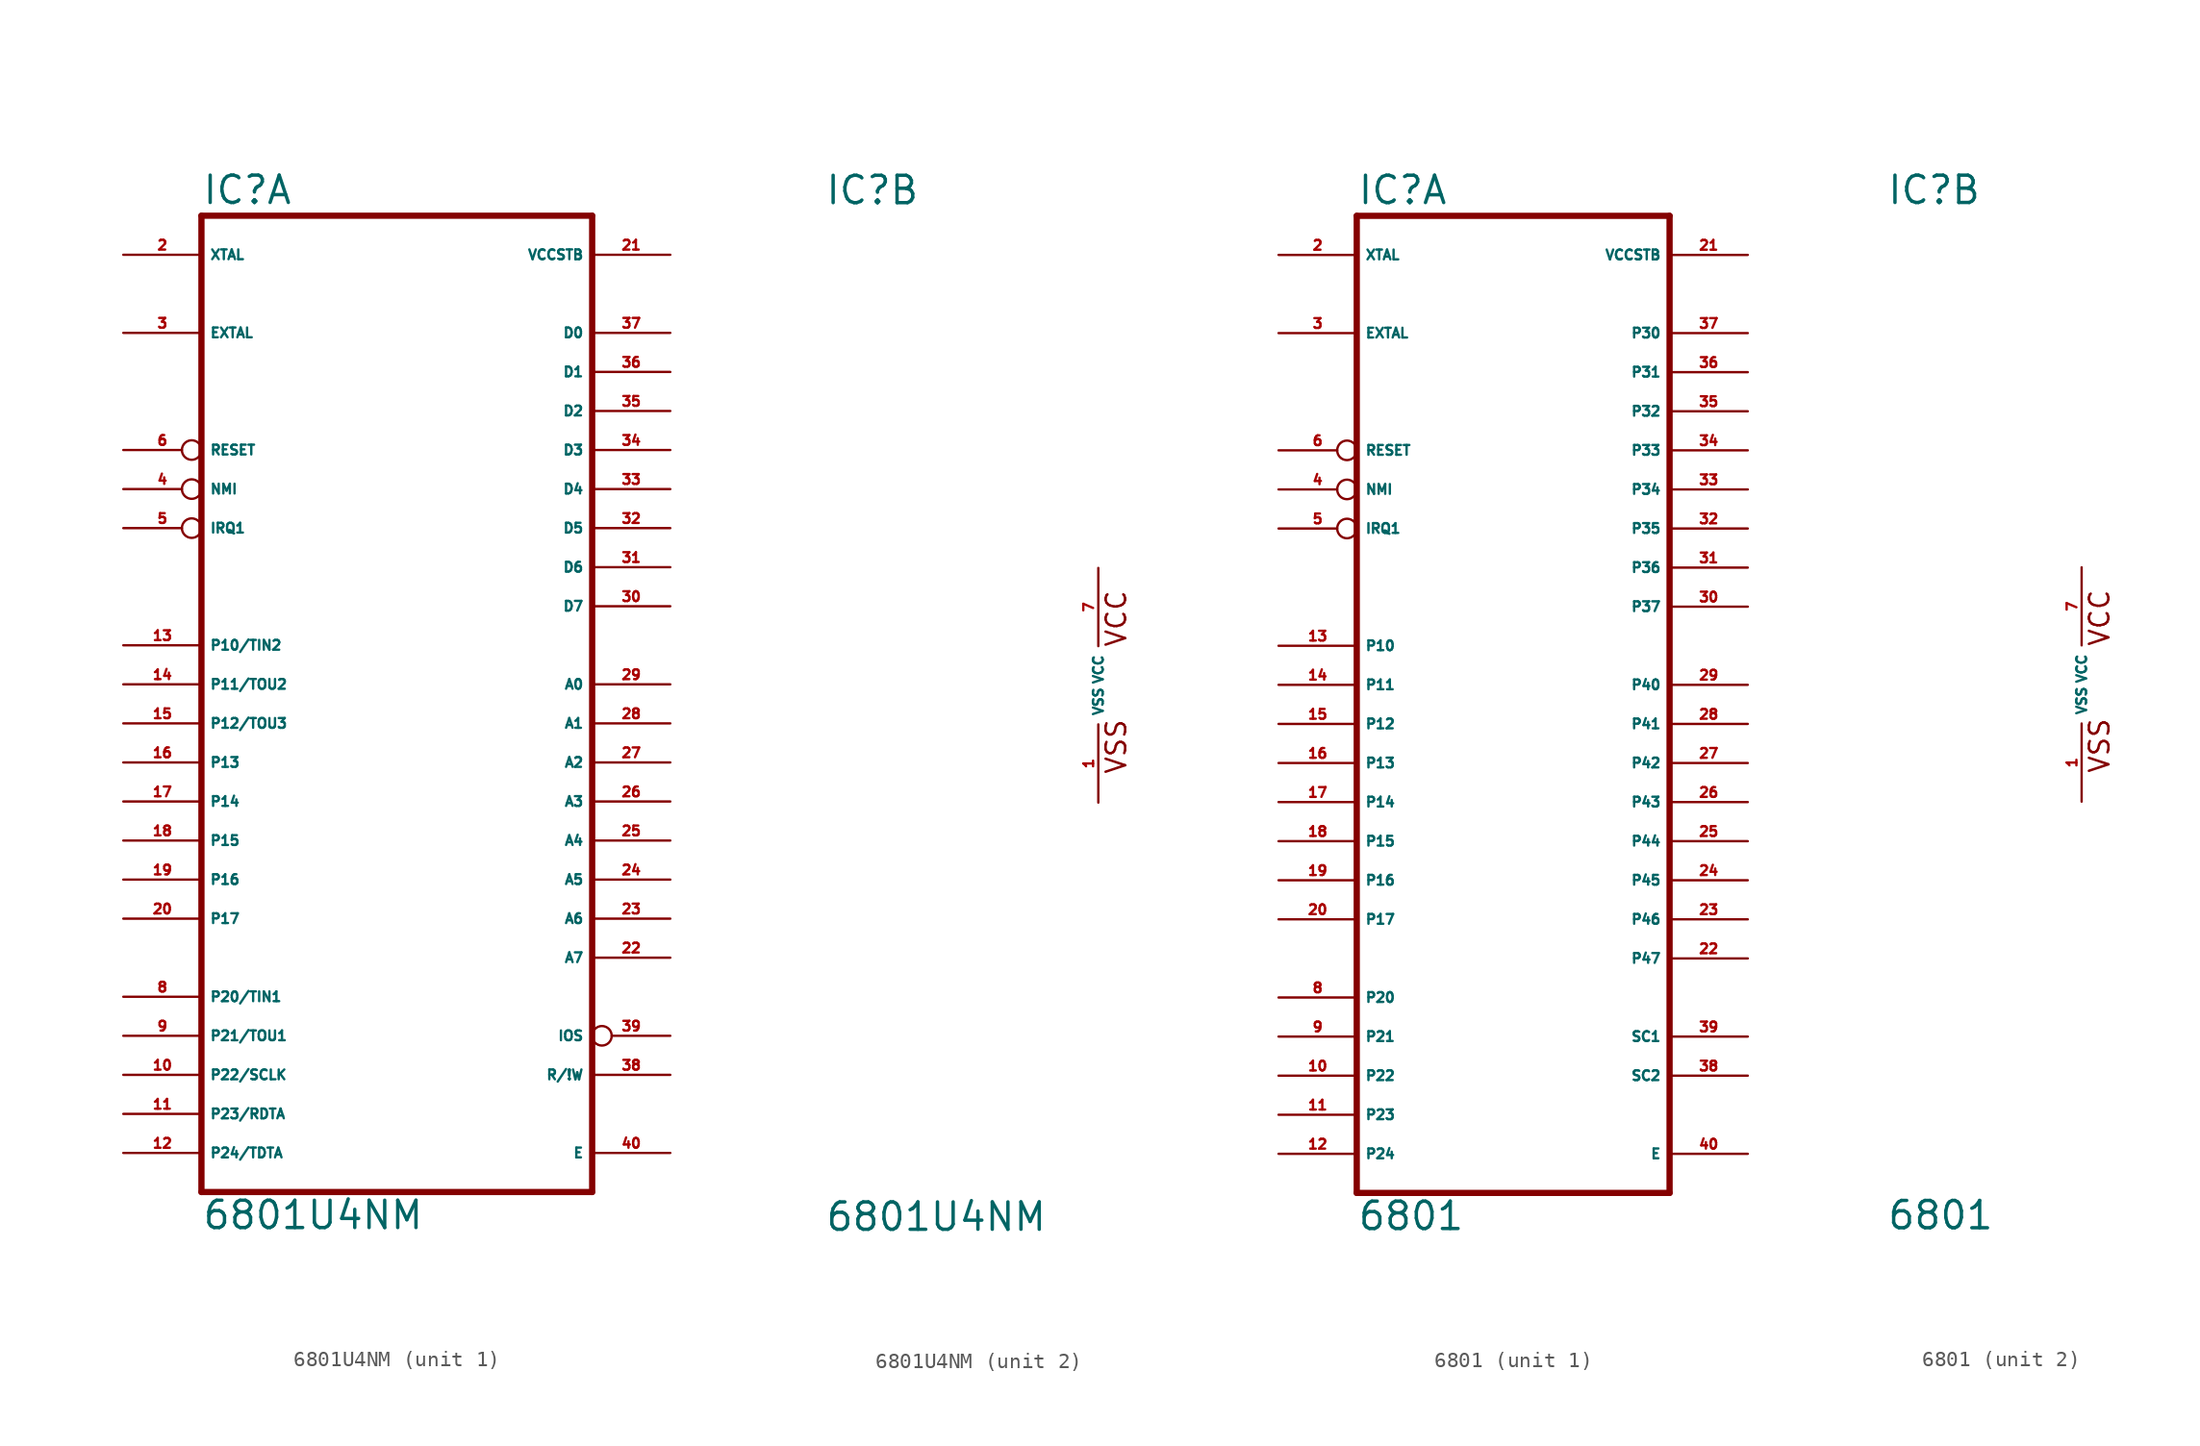
<source format=kicad_sym>
(kicad_symbol_lib
  (version 20220914)
  (generator Eagle2Kicad)
  (symbol "6801U4NM"
    (property "Reference" "IC"
      (at -17.78 31.115 0)
      (effects (font (size 1.778 1.778) (thickness 0.22)) (justify left bottom)))
    (property "Value" "6801U4NM"
      (at -17.78 -35.56 0)
      (effects (font (size 1.778 1.778) (thickness 0.22)) (justify left bottom)))
    (symbol "6801U4NM_1_0"
      (polyline (pts (xy -17.78 -33.02) (xy 7.62 -33.02)) (stroke (width 0.406) (type default)) (fill (type none)))
      (polyline (pts (xy 7.62 -33.02) (xy 7.62 30.48)) (stroke (width 0.406) (type default)) (fill (type none)))
      (polyline (pts (xy 7.62 30.48) (xy -17.78 30.48)) (stroke (width 0.406) (type default)) (fill (type none)))
      (polyline (pts (xy -17.78 30.48) (xy -17.78 -33.02)) (stroke (width 0.406) (type default)) (fill (type none)))
      (pin input line (at -22.86 27.94 0) (length 5.08) (name "XTAL" (effects (font (size 0.635 0.635) (thickness 0.08)) (justify left bottom))) (number "2" (effects (font (size 0.635 0.635) (thickness 0.08)) (justify left bottom))))
      (pin input line (at -22.86 22.86 0) (length 5.08) (name "EXTAL" (effects (font (size 0.635 0.635) (thickness 0.08)) (justify left bottom))) (number "3" (effects (font (size 0.635 0.635) (thickness 0.08)) (justify left bottom))))
      (pin input inverted (at -22.86 12.7 0) (length 5.08) (name "NMI" (effects (font (size 0.635 0.635) (thickness 0.08)) (justify left bottom))) (number "4" (effects (font (size 0.635 0.635) (thickness 0.08)) (justify left bottom))))
      (pin input inverted (at -22.86 10.16 0) (length 5.08) (name "IRQ1" (effects (font (size 0.635 0.635) (thickness 0.08)) (justify left bottom))) (number "5" (effects (font (size 0.635 0.635) (thickness 0.08)) (justify left bottom))))
      (pin input inverted (at -22.86 15.24 0) (length 5.08) (name "RESET" (effects (font (size 0.635 0.635) (thickness 0.08)) (justify left bottom))) (number "6" (effects (font (size 0.635 0.635) (thickness 0.08)) (justify left bottom))))
      (pin bidirectional line (at -22.86 -20.32 0) (length 5.08) (name "P20/TIN1" (effects (font (size 0.635 0.635) (thickness 0.08)) (justify left bottom))) (number "8" (effects (font (size 0.635 0.635) (thickness 0.08)) (justify left bottom))))
      (pin bidirectional line (at -22.86 -22.86 0) (length 5.08) (name "P21/TOU1" (effects (font (size 0.635 0.635) (thickness 0.08)) (justify left bottom))) (number "9" (effects (font (size 0.635 0.635) (thickness 0.08)) (justify left bottom))))
      (pin bidirectional line (at -22.86 -25.4 0) (length 5.08) (name "P22/SCLK" (effects (font (size 0.635 0.635) (thickness 0.08)) (justify left bottom))) (number "10" (effects (font (size 0.635 0.635) (thickness 0.08)) (justify left bottom))))
      (pin bidirectional line (at -22.86 -27.94 0) (length 5.08) (name "P23/RDTA" (effects (font (size 0.635 0.635) (thickness 0.08)) (justify left bottom))) (number "11" (effects (font (size 0.635 0.635) (thickness 0.08)) (justify left bottom))))
      (pin bidirectional line (at -22.86 -30.48 0) (length 5.08) (name "P24/TDTA" (effects (font (size 0.635 0.635) (thickness 0.08)) (justify left bottom))) (number "12" (effects (font (size 0.635 0.635) (thickness 0.08)) (justify left bottom))))
      (pin bidirectional line (at -22.86 2.54 0) (length 5.08) (name "P10/TIN2" (effects (font (size 0.635 0.635) (thickness 0.08)) (justify left bottom))) (number "13" (effects (font (size 0.635 0.635) (thickness 0.08)) (justify left bottom))))
      (pin bidirectional line (at -22.86 0 0) (length 5.08) (name "P11/TOU2" (effects (font (size 0.635 0.635) (thickness 0.08)) (justify left bottom))) (number "14" (effects (font (size 0.635 0.635) (thickness 0.08)) (justify left bottom))))
      (pin bidirectional line (at -22.86 -2.54 0) (length 5.08) (name "P12/TOU3" (effects (font (size 0.635 0.635) (thickness 0.08)) (justify left bottom))) (number "15" (effects (font (size 0.635 0.635) (thickness 0.08)) (justify left bottom))))
      (pin bidirectional line (at -22.86 -5.08 0) (length 5.08) (name "P13" (effects (font (size 0.635 0.635) (thickness 0.08)) (justify left bottom))) (number "16" (effects (font (size 0.635 0.635) (thickness 0.08)) (justify left bottom))))
      (pin bidirectional line (at -22.86 -7.62 0) (length 5.08) (name "P14" (effects (font (size 0.635 0.635) (thickness 0.08)) (justify left bottom))) (number "17" (effects (font (size 0.635 0.635) (thickness 0.08)) (justify left bottom))))
      (pin bidirectional line (at -22.86 -10.16 0) (length 5.08) (name "P15" (effects (font (size 0.635 0.635) (thickness 0.08)) (justify left bottom))) (number "18" (effects (font (size 0.635 0.635) (thickness 0.08)) (justify left bottom))))
      (pin bidirectional line (at -22.86 -12.7 0) (length 5.08) (name "P16" (effects (font (size 0.635 0.635) (thickness 0.08)) (justify left bottom))) (number "19" (effects (font (size 0.635 0.635) (thickness 0.08)) (justify left bottom))))
      (pin bidirectional line (at -22.86 -15.24 0) (length 5.08) (name "P17" (effects (font (size 0.635 0.635) (thickness 0.08)) (justify left bottom))) (number "20" (effects (font (size 0.635 0.635) (thickness 0.08)) (justify left bottom))))
      (pin input line (at 12.7 27.94 180) (length 5.08) (name "VCCSTB" (effects (font (size 0.635 0.635) (thickness 0.08)) (justify left bottom))) (number "21" (effects (font (size 0.635 0.635) (thickness 0.08)) (justify left bottom))))
      (pin bidirectional line (at 12.7 -17.78 180) (length 5.08) (name "A7" (effects (font (size 0.635 0.635) (thickness 0.08)) (justify left bottom))) (number "22" (effects (font (size 0.635 0.635) (thickness 0.08)) (justify left bottom))))
      (pin bidirectional line (at 12.7 -15.24 180) (length 5.08) (name "A6" (effects (font (size 0.635 0.635) (thickness 0.08)) (justify left bottom))) (number "23" (effects (font (size 0.635 0.635) (thickness 0.08)) (justify left bottom))))
      (pin bidirectional line (at 12.7 -12.7 180) (length 5.08) (name "A5" (effects (font (size 0.635 0.635) (thickness 0.08)) (justify left bottom))) (number "24" (effects (font (size 0.635 0.635) (thickness 0.08)) (justify left bottom))))
      (pin bidirectional line (at 12.7 -10.16 180) (length 5.08) (name "A4" (effects (font (size 0.635 0.635) (thickness 0.08)) (justify left bottom))) (number "25" (effects (font (size 0.635 0.635) (thickness 0.08)) (justify left bottom))))
      (pin bidirectional line (at 12.7 -7.62 180) (length 5.08) (name "A3" (effects (font (size 0.635 0.635) (thickness 0.08)) (justify left bottom))) (number "26" (effects (font (size 0.635 0.635) (thickness 0.08)) (justify left bottom))))
      (pin bidirectional line (at 12.7 -5.08 180) (length 5.08) (name "A2" (effects (font (size 0.635 0.635) (thickness 0.08)) (justify left bottom))) (number "27" (effects (font (size 0.635 0.635) (thickness 0.08)) (justify left bottom))))
      (pin bidirectional line (at 12.7 -2.54 180) (length 5.08) (name "A1" (effects (font (size 0.635 0.635) (thickness 0.08)) (justify left bottom))) (number "28" (effects (font (size 0.635 0.635) (thickness 0.08)) (justify left bottom))))
      (pin bidirectional line (at 12.7 0 180) (length 5.08) (name "A0" (effects (font (size 0.635 0.635) (thickness 0.08)) (justify left bottom))) (number "29" (effects (font (size 0.635 0.635) (thickness 0.08)) (justify left bottom))))
      (pin bidirectional line (at 12.7 5.08 180) (length 5.08) (name "D7" (effects (font (size 0.635 0.635) (thickness 0.08)) (justify left bottom))) (number "30" (effects (font (size 0.635 0.635) (thickness 0.08)) (justify left bottom))))
      (pin bidirectional line (at 12.7 7.62 180) (length 5.08) (name "D6" (effects (font (size 0.635 0.635) (thickness 0.08)) (justify left bottom))) (number "31" (effects (font (size 0.635 0.635) (thickness 0.08)) (justify left bottom))))
      (pin bidirectional line (at 12.7 10.16 180) (length 5.08) (name "D5" (effects (font (size 0.635 0.635) (thickness 0.08)) (justify left bottom))) (number "32" (effects (font (size 0.635 0.635) (thickness 0.08)) (justify left bottom))))
      (pin bidirectional line (at 12.7 12.7 180) (length 5.08) (name "D4" (effects (font (size 0.635 0.635) (thickness 0.08)) (justify left bottom))) (number "33" (effects (font (size 0.635 0.635) (thickness 0.08)) (justify left bottom))))
      (pin bidirectional line (at 12.7 15.24 180) (length 5.08) (name "D3" (effects (font (size 0.635 0.635) (thickness 0.08)) (justify left bottom))) (number "34" (effects (font (size 0.635 0.635) (thickness 0.08)) (justify left bottom))))
      (pin bidirectional line (at 12.7 17.78 180) (length 5.08) (name "D2" (effects (font (size 0.635 0.635) (thickness 0.08)) (justify left bottom))) (number "35" (effects (font (size 0.635 0.635) (thickness 0.08)) (justify left bottom))))
      (pin bidirectional line (at 12.7 20.32 180) (length 5.08) (name "D1" (effects (font (size 0.635 0.635) (thickness 0.08)) (justify left bottom))) (number "36" (effects (font (size 0.635 0.635) (thickness 0.08)) (justify left bottom))))
      (pin bidirectional line (at 12.7 22.86 180) (length 5.08) (name "D0" (effects (font (size 0.635 0.635) (thickness 0.08)) (justify left bottom))) (number "37" (effects (font (size 0.635 0.635) (thickness 0.08)) (justify left bottom))))
      (pin output line (at 12.7 -25.4 180) (length 5.08) (name "R/!W" (effects (font (size 0.635 0.635) (thickness 0.08)) (justify left bottom))) (number "38" (effects (font (size 0.635 0.635) (thickness 0.08)) (justify left bottom))))
      (pin bidirectional inverted (at 12.7 -22.86 180) (length 5.08) (name "IOS" (effects (font (size 0.635 0.635) (thickness 0.08)) (justify left bottom))) (number "39" (effects (font (size 0.635 0.635) (thickness 0.08)) (justify left bottom))))
      (pin output line (at 12.7 -30.48 180) (length 5.08) (name "E" (effects (font (size 0.635 0.635) (thickness 0.08)) (justify left bottom))) (number "40" (effects (font (size 0.635 0.635) (thickness 0.08)) (justify left bottom)))))
    (symbol "6801U4NM_2_0"
      (text "VSS" (at 1.905 -5.842 900) (effects (font (size 1.27 1.27) (thickness 0.16)) (justify left bottom)))
      (text "VCC" (at 1.905 2.413 900) (effects (font (size 1.27 1.27) (thickness 0.16)) (justify left bottom)))
      (pin unspecified line (at 0 -7.62 90) (length 5.08) (name "VSS" (effects (font (size 0.635 0.635) (thickness 0.08)) (justify left bottom))) (number "1" (effects (font (size 0.635 0.635) (thickness 0.08)) (justify left bottom))))
      (pin unspecified line (at 0 7.62 270) (length 5.08) (name "VCC" (effects (font (size 0.635 0.635) (thickness 0.08)) (justify left bottom))) (number "7" (effects (font (size 0.635 0.635) (thickness 0.08)) (justify left bottom))))))
  (symbol "6801"
    (property "Reference" "IC"
      (at -12.7 31.115 0)
      (effects (font (size 1.778 1.778) (thickness 0.22)) (justify left bottom)))
    (property "Value" "6801"
      (at -12.7 -35.56 0)
      (effects (font (size 1.778 1.778) (thickness 0.22)) (justify left bottom)))
    (symbol "6801_1_0"
      (polyline (pts (xy -12.7 -33.02) (xy 7.62 -33.02)) (stroke (width 0.406) (type default)) (fill (type none)))
      (polyline (pts (xy 7.62 -33.02) (xy 7.62 30.48)) (stroke (width 0.406) (type default)) (fill (type none)))
      (polyline (pts (xy 7.62 30.48) (xy -12.7 30.48)) (stroke (width 0.406) (type default)) (fill (type none)))
      (polyline (pts (xy -12.7 30.48) (xy -12.7 -33.02)) (stroke (width 0.406) (type default)) (fill (type none)))
      (pin input line (at -17.78 27.94 0) (length 5.08) (name "XTAL" (effects (font (size 0.635 0.635) (thickness 0.08)) (justify left bottom))) (number "2" (effects (font (size 0.635 0.635) (thickness 0.08)) (justify left bottom))))
      (pin input line (at -17.78 22.86 0) (length 5.08) (name "EXTAL" (effects (font (size 0.635 0.635) (thickness 0.08)) (justify left bottom))) (number "3" (effects (font (size 0.635 0.635) (thickness 0.08)) (justify left bottom))))
      (pin input inverted (at -17.78 12.7 0) (length 5.08) (name "NMI" (effects (font (size 0.635 0.635) (thickness 0.08)) (justify left bottom))) (number "4" (effects (font (size 0.635 0.635) (thickness 0.08)) (justify left bottom))))
      (pin input inverted (at -17.78 10.16 0) (length 5.08) (name "IRQ1" (effects (font (size 0.635 0.635) (thickness 0.08)) (justify left bottom))) (number "5" (effects (font (size 0.635 0.635) (thickness 0.08)) (justify left bottom))))
      (pin input inverted (at -17.78 15.24 0) (length 5.08) (name "RESET" (effects (font (size 0.635 0.635) (thickness 0.08)) (justify left bottom))) (number "6" (effects (font (size 0.635 0.635) (thickness 0.08)) (justify left bottom))))
      (pin bidirectional line (at -17.78 -20.32 0) (length 5.08) (name "P20" (effects (font (size 0.635 0.635) (thickness 0.08)) (justify left bottom))) (number "8" (effects (font (size 0.635 0.635) (thickness 0.08)) (justify left bottom))))
      (pin bidirectional line (at -17.78 -22.86 0) (length 5.08) (name "P21" (effects (font (size 0.635 0.635) (thickness 0.08)) (justify left bottom))) (number "9" (effects (font (size 0.635 0.635) (thickness 0.08)) (justify left bottom))))
      (pin bidirectional line (at -17.78 -25.4 0) (length 5.08) (name "P22" (effects (font (size 0.635 0.635) (thickness 0.08)) (justify left bottom))) (number "10" (effects (font (size 0.635 0.635) (thickness 0.08)) (justify left bottom))))
      (pin bidirectional line (at -17.78 -27.94 0) (length 5.08) (name "P23" (effects (font (size 0.635 0.635) (thickness 0.08)) (justify left bottom))) (number "11" (effects (font (size 0.635 0.635) (thickness 0.08)) (justify left bottom))))
      (pin bidirectional line (at -17.78 -30.48 0) (length 5.08) (name "P24" (effects (font (size 0.635 0.635) (thickness 0.08)) (justify left bottom))) (number "12" (effects (font (size 0.635 0.635) (thickness 0.08)) (justify left bottom))))
      (pin bidirectional line (at -17.78 2.54 0) (length 5.08) (name "P10" (effects (font (size 0.635 0.635) (thickness 0.08)) (justify left bottom))) (number "13" (effects (font (size 0.635 0.635) (thickness 0.08)) (justify left bottom))))
      (pin bidirectional line (at -17.78 0 0) (length 5.08) (name "P11" (effects (font (size 0.635 0.635) (thickness 0.08)) (justify left bottom))) (number "14" (effects (font (size 0.635 0.635) (thickness 0.08)) (justify left bottom))))
      (pin bidirectional line (at -17.78 -2.54 0) (length 5.08) (name "P12" (effects (font (size 0.635 0.635) (thickness 0.08)) (justify left bottom))) (number "15" (effects (font (size 0.635 0.635) (thickness 0.08)) (justify left bottom))))
      (pin bidirectional line (at -17.78 -5.08 0) (length 5.08) (name "P13" (effects (font (size 0.635 0.635) (thickness 0.08)) (justify left bottom))) (number "16" (effects (font (size 0.635 0.635) (thickness 0.08)) (justify left bottom))))
      (pin bidirectional line (at -17.78 -7.62 0) (length 5.08) (name "P14" (effects (font (size 0.635 0.635) (thickness 0.08)) (justify left bottom))) (number "17" (effects (font (size 0.635 0.635) (thickness 0.08)) (justify left bottom))))
      (pin bidirectional line (at -17.78 -10.16 0) (length 5.08) (name "P15" (effects (font (size 0.635 0.635) (thickness 0.08)) (justify left bottom))) (number "18" (effects (font (size 0.635 0.635) (thickness 0.08)) (justify left bottom))))
      (pin bidirectional line (at -17.78 -12.7 0) (length 5.08) (name "P16" (effects (font (size 0.635 0.635) (thickness 0.08)) (justify left bottom))) (number "19" (effects (font (size 0.635 0.635) (thickness 0.08)) (justify left bottom))))
      (pin bidirectional line (at -17.78 -15.24 0) (length 5.08) (name "P17" (effects (font (size 0.635 0.635) (thickness 0.08)) (justify left bottom))) (number "20" (effects (font (size 0.635 0.635) (thickness 0.08)) (justify left bottom))))
      (pin input line (at 12.7 27.94 180) (length 5.08) (name "VCCSTB" (effects (font (size 0.635 0.635) (thickness 0.08)) (justify left bottom))) (number "21" (effects (font (size 0.635 0.635) (thickness 0.08)) (justify left bottom))))
      (pin bidirectional line (at 12.7 -17.78 180) (length 5.08) (name "P47" (effects (font (size 0.635 0.635) (thickness 0.08)) (justify left bottom))) (number "22" (effects (font (size 0.635 0.635) (thickness 0.08)) (justify left bottom))))
      (pin bidirectional line (at 12.7 -15.24 180) (length 5.08) (name "P46" (effects (font (size 0.635 0.635) (thickness 0.08)) (justify left bottom))) (number "23" (effects (font (size 0.635 0.635) (thickness 0.08)) (justify left bottom))))
      (pin bidirectional line (at 12.7 -12.7 180) (length 5.08) (name "P45" (effects (font (size 0.635 0.635) (thickness 0.08)) (justify left bottom))) (number "24" (effects (font (size 0.635 0.635) (thickness 0.08)) (justify left bottom))))
      (pin bidirectional line (at 12.7 -10.16 180) (length 5.08) (name "P44" (effects (font (size 0.635 0.635) (thickness 0.08)) (justify left bottom))) (number "25" (effects (font (size 0.635 0.635) (thickness 0.08)) (justify left bottom))))
      (pin bidirectional line (at 12.7 -7.62 180) (length 5.08) (name "P43" (effects (font (size 0.635 0.635) (thickness 0.08)) (justify left bottom))) (number "26" (effects (font (size 0.635 0.635) (thickness 0.08)) (justify left bottom))))
      (pin bidirectional line (at 12.7 -5.08 180) (length 5.08) (name "P42" (effects (font (size 0.635 0.635) (thickness 0.08)) (justify left bottom))) (number "27" (effects (font (size 0.635 0.635) (thickness 0.08)) (justify left bottom))))
      (pin bidirectional line (at 12.7 -2.54 180) (length 5.08) (name "P41" (effects (font (size 0.635 0.635) (thickness 0.08)) (justify left bottom))) (number "28" (effects (font (size 0.635 0.635) (thickness 0.08)) (justify left bottom))))
      (pin bidirectional line (at 12.7 0 180) (length 5.08) (name "P40" (effects (font (size 0.635 0.635) (thickness 0.08)) (justify left bottom))) (number "29" (effects (font (size 0.635 0.635) (thickness 0.08)) (justify left bottom))))
      (pin bidirectional line (at 12.7 5.08 180) (length 5.08) (name "P37" (effects (font (size 0.635 0.635) (thickness 0.08)) (justify left bottom))) (number "30" (effects (font (size 0.635 0.635) (thickness 0.08)) (justify left bottom))))
      (pin bidirectional line (at 12.7 7.62 180) (length 5.08) (name "P36" (effects (font (size 0.635 0.635) (thickness 0.08)) (justify left bottom))) (number "31" (effects (font (size 0.635 0.635) (thickness 0.08)) (justify left bottom))))
      (pin bidirectional line (at 12.7 10.16 180) (length 5.08) (name "P35" (effects (font (size 0.635 0.635) (thickness 0.08)) (justify left bottom))) (number "32" (effects (font (size 0.635 0.635) (thickness 0.08)) (justify left bottom))))
      (pin bidirectional line (at 12.7 12.7 180) (length 5.08) (name "P34" (effects (font (size 0.635 0.635) (thickness 0.08)) (justify left bottom))) (number "33" (effects (font (size 0.635 0.635) (thickness 0.08)) (justify left bottom))))
      (pin bidirectional line (at 12.7 15.24 180) (length 5.08) (name "P33" (effects (font (size 0.635 0.635) (thickness 0.08)) (justify left bottom))) (number "34" (effects (font (size 0.635 0.635) (thickness 0.08)) (justify left bottom))))
      (pin bidirectional line (at 12.7 17.78 180) (length 5.08) (name "P32" (effects (font (size 0.635 0.635) (thickness 0.08)) (justify left bottom))) (number "35" (effects (font (size 0.635 0.635) (thickness 0.08)) (justify left bottom))))
      (pin bidirectional line (at 12.7 20.32 180) (length 5.08) (name "P31" (effects (font (size 0.635 0.635) (thickness 0.08)) (justify left bottom))) (number "36" (effects (font (size 0.635 0.635) (thickness 0.08)) (justify left bottom))))
      (pin bidirectional line (at 12.7 22.86 180) (length 5.08) (name "P30" (effects (font (size 0.635 0.635) (thickness 0.08)) (justify left bottom))) (number "37" (effects (font (size 0.635 0.635) (thickness 0.08)) (justify left bottom))))
      (pin output line (at 12.7 -25.4 180) (length 5.08) (name "SC2" (effects (font (size 0.635 0.635) (thickness 0.08)) (justify left bottom))) (number "38" (effects (font (size 0.635 0.635) (thickness 0.08)) (justify left bottom))))
      (pin bidirectional line (at 12.7 -22.86 180) (length 5.08) (name "SC1" (effects (font (size 0.635 0.635) (thickness 0.08)) (justify left bottom))) (number "39" (effects (font (size 0.635 0.635) (thickness 0.08)) (justify left bottom))))
      (pin output line (at 12.7 -30.48 180) (length 5.08) (name "E" (effects (font (size 0.635 0.635) (thickness 0.08)) (justify left bottom))) (number "40" (effects (font (size 0.635 0.635) (thickness 0.08)) (justify left bottom)))))
    (symbol "6801_2_0"
      (text "VSS" (at 1.905 -5.842 900) (effects (font (size 1.27 1.27) (thickness 0.16)) (justify left bottom)))
      (text "VCC" (at 1.905 2.413 900) (effects (font (size 1.27 1.27) (thickness 0.16)) (justify left bottom)))
      (pin unspecified line (at 0 -7.62 90) (length 5.08) (name "VSS" (effects (font (size 0.635 0.635) (thickness 0.08)) (justify left bottom))) (number "1" (effects (font (size 0.635 0.635) (thickness 0.08)) (justify left bottom))))
      (pin unspecified line (at 0 7.62 270) (length 5.08) (name "VCC" (effects (font (size 0.635 0.635) (thickness 0.08)) (justify left bottom))) (number "7" (effects (font (size 0.635 0.635) (thickness 0.08)) (justify left bottom)))))))
</source>
